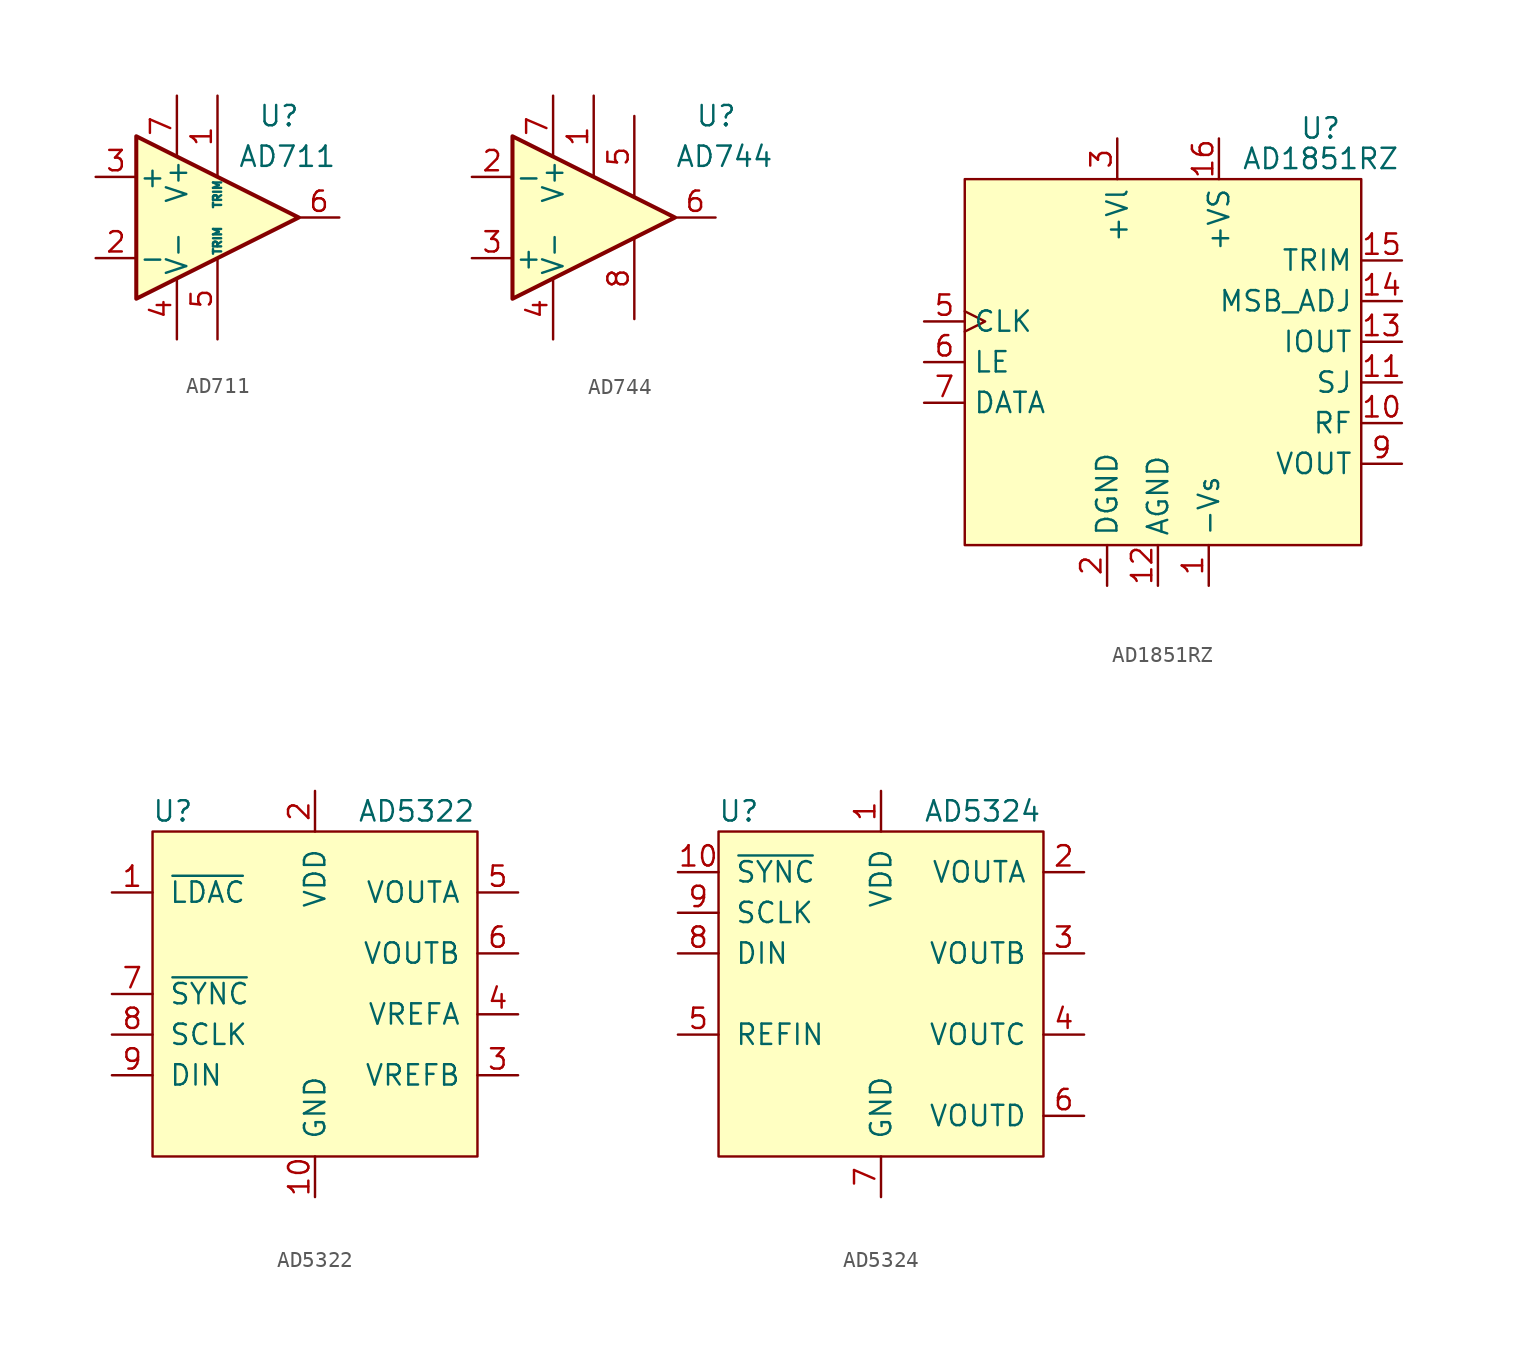
<source format=kicad_sym>
(kicad_symbol_lib
  (version 20220914)
  (generator kicad_symbol_editor)
  (symbol "AD711"
    (pin_names
      (offset 0.127))
    (property "Reference" "U"
      (at 2.54 6.35 0)
      (effects (font (size 1.27 1.27)) (justify left)))
    (property "Value" "AD711"
      (at 1.27 3.81 0)
      (effects (font (size 1.27 1.27)) (justify left)))
    (symbol "AD711_0_1"
      (polyline (pts (xy -5.08 5.08) (xy 5.08 0) (xy -5.08 -5.08) (xy -5.08 5.08)) (stroke (width 0.254) (type default)) (fill (type background))))
    (symbol "AD711_1_1"
      (pin input line (at 0 7.62 270) (length 5.08) (name "TRIM" (effects (font (size 0.508 0.508)))) (number "1" (effects (font (size 1.27 1.27)))))
      (pin input line (at -7.62 -2.54 0) (length 2.54) (name "-" (effects (font (size 1.27 1.27)))) (number "2" (effects (font (size 1.27 1.27)))))
      (pin input line (at -7.62 2.54 0) (length 2.54) (name "+" (effects (font (size 1.27 1.27)))) (number "3" (effects (font (size 1.27 1.27)))))
      (pin power_in line (at -2.54 -7.62 90) (length 3.81) (name "V-" (effects (font (size 1.27 1.27)))) (number "4" (effects (font (size 1.27 1.27)))))
      (pin input line (at 0 -7.62 90) (length 5.08) (name "TRIM" (effects (font (size 0.508 0.508)))) (number "5" (effects (font (size 1.27 1.27)))))
      (pin output line (at 7.62 0 180) (length 2.54) (name "~" (effects (font (size 1.27 1.27)))) (number "6" (effects (font (size 1.27 1.27)))))
      (pin power_in line (at -2.54 7.62 270) (length 3.81) (name "V+" (effects (font (size 1.27 1.27)))) (number "7" (effects (font (size 1.27 1.27)))))
      (pin no_connect non_logic (at 2.54 -1.27 90) (length 0) hide (name "NC" (effects (font (size 0.508 0.508)))) (number "8" (effects (font (size 1.27 1.27)))))))
  (symbol "AD744"
    (pin_names
      (offset 0.127))
    (property "Reference" "U"
      (at 6.35 6.35 0)
      (effects (font (size 1.27 1.27)) (justify left)))
    (property "Value" "AD744"
      (at 5.08 3.81 0)
      (effects (font (size 1.27 1.27)) (justify left)))
    (symbol "AD744_0_1"
      (polyline (pts (xy -5.08 5.08) (xy 5.08 0) (xy -5.08 -5.08) (xy -5.08 5.08)) (stroke (width 0.254) (type default)) (fill (type background))))
    (symbol "AD744_1_1"
      (pin input line (at 0 7.62 270) (length 5.08) (name "~" (effects (font (size 0.508 0.508)))) (number "1" (effects (font (size 1.27 1.27)))))
      (pin input line (at -7.62 2.54 0) (length 2.54) (name "-" (effects (font (size 1.27 1.27)))) (number "2" (effects (font (size 1.27 1.27)))))
      (pin input line (at -7.62 -2.54 0) (length 2.54) (name "+" (effects (font (size 1.27 1.27)))) (number "3" (effects (font (size 1.27 1.27)))))
      (pin power_in line (at -2.54 -7.62 90) (length 3.81) (name "V-" (effects (font (size 1.27 1.27)))) (number "4" (effects (font (size 1.27 1.27)))))
      (pin input line (at 2.54 6.35 270) (length 5.08) (name "~" (effects (font (size 0.508 0.508)))) (number "5" (effects (font (size 1.27 1.27)))))
      (pin output line (at 7.62 0 180) (length 2.54) (name "~" (effects (font (size 1.27 1.27)))) (number "6" (effects (font (size 1.27 1.27)))))
      (pin power_in line (at -2.54 7.62 270) (length 3.81) (name "V+" (effects (font (size 1.27 1.27)))) (number "7" (effects (font (size 1.27 1.27)))))
      (pin input line (at 2.54 -6.35 90) (length 5.08) (name "~" (effects (font (size 0.508 0.508)))) (number "8" (effects (font (size 1.27 1.27)))))))
  (symbol "AD1851RZ"
    (property "Reference" "U"
      (at 10.16 14.605 0)
      (effects (font (size 1.27 1.27))))
    (property "Value" "AD1851RZ"
      (at 10.16 12.7 0)
      (effects (font (size 1.27 1.27))))
    (symbol "AD1851RZ_0_0"
      (pin passive line (at 3.175 -13.97 90) (length 2.54) (name "-Vs" (effects (font (size 1.27 1.27)))) (number "1" (effects (font (size 1.27 1.27)))))
      (pin input line (at 15.24 -1.27 180) (length 2.54) (name "SJ" (effects (font (size 1.27 1.27)))) (number "11" (effects (font (size 1.27 1.27)))))
      (pin passive line (at 0 -13.97 90) (length 2.54) (name "AGND" (effects (font (size 1.27 1.27)))) (number "12" (effects (font (size 1.27 1.27)))))
      (pin output line (at 15.24 1.27 180) (length 2.54) (name "IOUT" (effects (font (size 1.27 1.27)))) (number "13" (effects (font (size 1.27 1.27)))))
      (pin output line (at 15.24 3.81 180) (length 2.54) (name "MSB_ADJ" (effects (font (size 1.27 1.27)))) (number "14" (effects (font (size 1.27 1.27)))))
      (pin output line (at 15.24 6.35 180) (length 2.54) (name "TRIM" (effects (font (size 1.27 1.27)))) (number "15" (effects (font (size 1.27 1.27)))))
      (pin passive line (at 3.81 13.97 270) (length 2.54) (name "+VS" (effects (font (size 1.27 1.27)))) (number "16" (effects (font (size 1.27 1.27)))))
      (pin passive line (at -3.175 -13.97 90) (length 2.54) (name "DGND" (effects (font (size 1.27 1.27)))) (number "2" (effects (font (size 1.27 1.27)))))
      (pin passive line (at -2.54 13.97 270) (length 2.54) (name "+Vl" (effects (font (size 1.27 1.27)))) (number "3" (effects (font (size 1.27 1.27)))))
      (pin input clock (at -14.605 2.54 0) (length 2.54) (name "CLK" (effects (font (size 1.27 1.27)))) (number "5" (effects (font (size 1.27 1.27)))))
      (pin input line (at -14.605 0 0) (length 2.54) (name "LE" (effects (font (size 1.27 1.27)))) (number "6" (effects (font (size 1.27 1.27)))))
      (pin input line (at -14.605 -2.54 0) (length 2.54) (name "DATA" (effects (font (size 1.27 1.27)))) (number "7" (effects (font (size 1.27 1.27)))))
      (pin output line (at 15.24 -6.35 180) (length 2.54) (name "VOUT" (effects (font (size 1.27 1.27)))) (number "9" (effects (font (size 1.27 1.27))))))
    (symbol "AD1851RZ_1_0"
      (pin passive line (at 15.24 -3.81 180) (length 2.54) (name "RF" (effects (font (size 1.27 1.27)))) (number "10" (effects (font (size 1.27 1.27)))))
      (pin no_connect non_logic (at -12.065 7.62 0) (length 0) hide (name "NC" (effects (font (size 1.27 1.27)))) (number "4" (effects (font (size 1.27 1.27)))))
      (pin no_connect non_logic (at -12.065 5.08 0) (length 0) hide (name "NC" (effects (font (size 1.27 1.27)))) (number "8" (effects (font (size 1.27 1.27))))))
    (symbol "AD1851RZ_1_1"
      (rectangle (start -12.065 11.43) (end 12.7 -11.43) (stroke (width 0) (type default)) (fill (type background)))))
  (symbol "AD5322"
    (pin_names
      (offset 1.016))
    (property "Reference" "U"
      (at -8.89 10.16 0)
      (effects (font (size 1.27 1.27))))
    (property "Value" "AD5322"
      (at 6.35 10.16 0)
      (effects (font (size 1.27 1.27))))
    (symbol "AD5322_0_0"
      (pin input line (at -12.7 5.08 0) (length 2.54) (name "~{LDAC}" (effects (font (size 1.27 1.27)))) (number "1" (effects (font (size 1.27 1.27)))))
      (pin passive line (at 0 -13.97 90) (length 2.54) (name "GND" (effects (font (size 1.27 1.27)))) (number "10" (effects (font (size 1.27 1.27)))))
      (pin passive line (at 0 11.43 270) (length 2.54) (name "VDD" (effects (font (size 1.27 1.27)))) (number "2" (effects (font (size 1.27 1.27)))))
      (pin passive line (at 12.7 -6.35 180) (length 2.54) (name "VREFB" (effects (font (size 1.27 1.27)))) (number "3" (effects (font (size 1.27 1.27)))))
      (pin passive line (at 12.7 -2.54 180) (length 2.54) (name "VREFA" (effects (font (size 1.27 1.27)))) (number "4" (effects (font (size 1.27 1.27)))))
      (pin output line (at 12.7 5.08 180) (length 2.54) (name "VOUTA" (effects (font (size 1.27 1.27)))) (number "5" (effects (font (size 1.27 1.27)))))
      (pin output line (at 12.7 1.27 180) (length 2.54) (name "VOUTB" (effects (font (size 1.27 1.27)))) (number "6" (effects (font (size 1.27 1.27)))))
      (pin input line (at -12.7 -1.27 0) (length 2.54) (name "~{SYNC}" (effects (font (size 1.27 1.27)))) (number "7" (effects (font (size 1.27 1.27)))))
      (pin input line (at -12.7 -3.81 0) (length 2.54) (name "SCLK" (effects (font (size 1.27 1.27)))) (number "8" (effects (font (size 1.27 1.27)))))
      (pin input line (at -12.7 -6.35 0) (length 2.54) (name "DIN" (effects (font (size 1.27 1.27)))) (number "9" (effects (font (size 1.27 1.27))))))
    (symbol "AD5322_0_1"
      (rectangle (start -10.16 8.89) (end 10.16 -11.43) (stroke (width 0) (type default)) (fill (type background)))))
  (symbol "AD5324"
    (pin_names
      (offset 1.016))
    (property "Reference" "U"
      (at -8.89 10.16 0)
      (effects (font (size 1.27 1.27))))
    (property "Value" "AD5324"
      (at 6.35 10.16 0)
      (effects (font (size 1.27 1.27))))
    (symbol "AD5324_0_1"
      (rectangle (start -10.16 8.89) (end 10.16 -11.43) (stroke (width 0) (type default)) (fill (type background))))
    (symbol "AD5324_1_1"
      (pin passive line (at 0 11.43 270) (length 2.54) (name "VDD" (effects (font (size 1.27 1.27)))) (number "1" (effects (font (size 1.27 1.27)))))
      (pin input line (at -12.7 6.35 0) (length 2.54) (name "~{SYNC}" (effects (font (size 1.27 1.27)))) (number "10" (effects (font (size 1.27 1.27)))))
      (pin passive line (at 12.7 6.35 180) (length 2.54) (name "VOUTA" (effects (font (size 1.27 1.27)))) (number "2" (effects (font (size 1.27 1.27)))))
      (pin passive line (at 12.7 1.27 180) (length 2.54) (name "VOUTB" (effects (font (size 1.27 1.27)))) (number "3" (effects (font (size 1.27 1.27)))))
      (pin passive line (at 12.7 -3.81 180) (length 2.54) (name "VOUTC" (effects (font (size 1.27 1.27)))) (number "4" (effects (font (size 1.27 1.27)))))
      (pin passive line (at -12.7 -3.81 0) (length 2.54) (name "REFIN" (effects (font (size 1.27 1.27)))) (number "5" (effects (font (size 1.27 1.27)))))
      (pin passive line (at 12.7 -8.89 180) (length 2.54) (name "VOUTD" (effects (font (size 1.27 1.27)))) (number "6" (effects (font (size 1.27 1.27)))))
      (pin passive line (at 0 -13.97 90) (length 2.54) (name "GND" (effects (font (size 1.27 1.27)))) (number "7" (effects (font (size 1.27 1.27)))))
      (pin input line (at -12.7 1.27 0) (length 2.54) (name "DIN" (effects (font (size 1.27 1.27)))) (number "8" (effects (font (size 1.27 1.27)))))
      (pin input line (at -12.7 3.81 0) (length 2.54) (name "SCLK" (effects (font (size 1.27 1.27)))) (number "9" (effects (font (size 1.27 1.27))))))))
</source>
